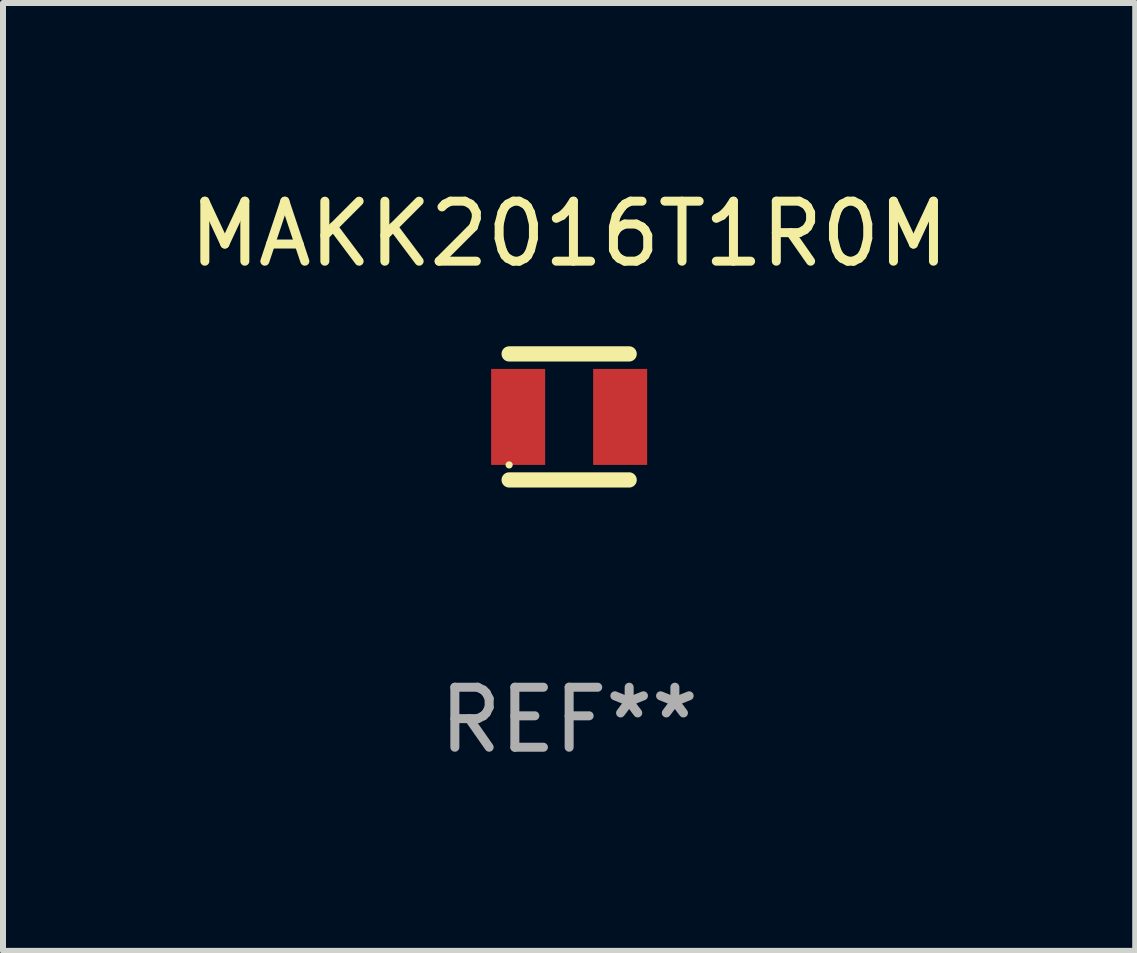
<source format=kicad_pcb>
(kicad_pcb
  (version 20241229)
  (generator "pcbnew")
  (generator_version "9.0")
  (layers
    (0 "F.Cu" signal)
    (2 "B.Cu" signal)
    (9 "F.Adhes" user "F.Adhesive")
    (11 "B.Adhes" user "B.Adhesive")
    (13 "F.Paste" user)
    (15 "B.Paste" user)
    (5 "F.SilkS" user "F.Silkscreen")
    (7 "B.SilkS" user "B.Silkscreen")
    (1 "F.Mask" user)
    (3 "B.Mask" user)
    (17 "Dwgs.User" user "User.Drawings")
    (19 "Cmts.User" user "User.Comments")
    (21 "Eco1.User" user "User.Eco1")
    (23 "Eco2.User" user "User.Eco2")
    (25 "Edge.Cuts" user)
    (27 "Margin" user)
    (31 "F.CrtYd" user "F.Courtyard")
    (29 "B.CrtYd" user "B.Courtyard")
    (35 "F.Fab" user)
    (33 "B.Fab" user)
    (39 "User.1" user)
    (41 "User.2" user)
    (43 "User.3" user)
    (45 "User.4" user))
  (footprint "MAKK2016T1R0M"
    (layer "F.Cu")
    (at 6.435 3.898)
    (property "Reference" "MAKK2016T1R0M" (at 0 -3.05 0) (layer "F.SilkS") (effects (font (size 1 1) (thickness 0.15))))
    (attr through_hole)
    (fp_line (start -1 -1.05) (end 1 -1.05) (stroke (width 0.254) (type solid)) (layer "F.SilkS"))
    (fp_line (start -1 1.05) (end 1 1.05) (stroke (width 0.254) (type solid)) (layer "F.SilkS"))
    (fp_circle (center -1 0.8) (end -0.97 0.8) (stroke (width 0.06) (type solid)) (fill no) (layer "F.SilkS"))
    (fp_text user "REF**" (at 0 5.05 0) (layer "F.Fab") (effects (font (size 1 1) (thickness 0.15))))
    (pad "1" smd rect (at -0.85 0) (size 0.9 1.6) (layers "F.Cu" "F.Mask" "F.Paste"))
    (pad "2" smd rect (at 0.85 0) (size 0.9 1.6) (layers "F.Cu" "F.Mask" "F.Paste")))
  (gr_rect
    (start -3 -3)
    (end 15.869 12.797)
    (stroke (width 0.1) (type default))
    (fill no)
    (layer "Edge.Cuts")))
</source>
